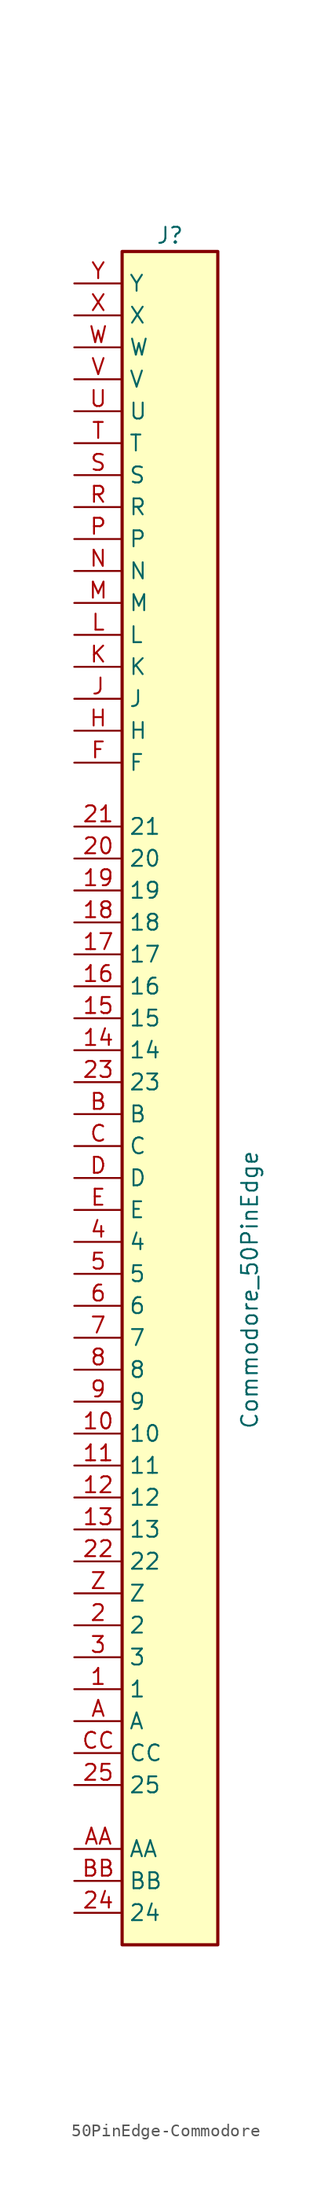
<source format=kicad_sym>
(kicad_symbol_lib
  (version 20220914)
  (generator kicad_symbol_editor)
  (symbol "50PinEdge-Commodore"
    (property "Reference" "J"
      (at 0 85.09 0)
      (effects (font (size 1.27 1.27))))
    (property "Value" "Commodore_50PinEdge"
      (at 6.35 1.27 90)
      (effects (font (size 1.27 1.27))))
    (symbol "50PinEdge-Commodore_0_1"
      (rectangle (start -3.81 -50.8) (end 3.81 83.82) (stroke (width 0.254) (type solid)) (fill (type background))))
    (symbol "50PinEdge-Commodore_1_1"
      (pin passive line (at -7.62 -30.48 0) (length 3.81) (name "1" (effects (font (size 1.27 1.27)))) (number "1" (effects (font (size 1.27 1.27)))))
      (pin passive line (at -7.62 -10.16 0) (length 3.81) (name "10" (effects (font (size 1.27 1.27)))) (number "10" (effects (font (size 1.27 1.27)))))
      (pin passive line (at -7.62 -12.7 0) (length 3.81) (name "11" (effects (font (size 1.27 1.27)))) (number "11" (effects (font (size 1.27 1.27)))))
      (pin passive line (at -7.62 -15.24 0) (length 3.81) (name "12" (effects (font (size 1.27 1.27)))) (number "12" (effects (font (size 1.27 1.27)))))
      (pin passive line (at -7.62 -17.78 0) (length 3.81) (name "13" (effects (font (size 1.27 1.27)))) (number "13" (effects (font (size 1.27 1.27)))))
      (pin passive line (at -7.62 20.32 0) (length 3.81) (name "14" (effects (font (size 1.27 1.27)))) (number "14" (effects (font (size 1.27 1.27)))))
      (pin passive line (at -7.62 22.86 0) (length 3.81) (name "15" (effects (font (size 1.27 1.27)))) (number "15" (effects (font (size 1.27 1.27)))))
      (pin passive line (at -7.62 25.4 0) (length 3.81) (name "16" (effects (font (size 1.27 1.27)))) (number "16" (effects (font (size 1.27 1.27)))))
      (pin passive line (at -7.62 27.94 0) (length 3.81) (name "17" (effects (font (size 1.27 1.27)))) (number "17" (effects (font (size 1.27 1.27)))))
      (pin passive line (at -7.62 30.48 0) (length 3.81) (name "18" (effects (font (size 1.27 1.27)))) (number "18" (effects (font (size 1.27 1.27)))))
      (pin passive line (at -7.62 33.02 0) (length 3.81) (name "19" (effects (font (size 1.27 1.27)))) (number "19" (effects (font (size 1.27 1.27)))))
      (pin passive line (at -7.62 -25.4 0) (length 3.81) (name "2" (effects (font (size 1.27 1.27)))) (number "2" (effects (font (size 1.27 1.27)))))
      (pin passive line (at -7.62 35.56 0) (length 3.81) (name "20" (effects (font (size 1.27 1.27)))) (number "20" (effects (font (size 1.27 1.27)))))
      (pin passive line (at -7.62 38.1 0) (length 3.81) (name "21" (effects (font (size 1.27 1.27)))) (number "21" (effects (font (size 1.27 1.27)))))
      (pin passive line (at -7.62 -20.32 0) (length 3.81) (name "22" (effects (font (size 1.27 1.27)))) (number "22" (effects (font (size 1.27 1.27)))))
      (pin passive line (at -7.62 17.78 0) (length 3.81) (name "23" (effects (font (size 1.27 1.27)))) (number "23" (effects (font (size 1.27 1.27)))))
      (pin passive line (at -7.62 -48.26 0) (length 3.81) (name "24" (effects (font (size 1.27 1.27)))) (number "24" (effects (font (size 1.27 1.27)))))
      (pin passive line (at -7.62 -38.1 0) (length 3.81) (name "25" (effects (font (size 1.27 1.27)))) (number "25" (effects (font (size 1.27 1.27)))))
      (pin passive line (at -7.62 -27.94 0) (length 3.81) (name "3" (effects (font (size 1.27 1.27)))) (number "3" (effects (font (size 1.27 1.27)))))
      (pin passive line (at -7.62 5.08 0) (length 3.81) (name "4" (effects (font (size 1.27 1.27)))) (number "4" (effects (font (size 1.27 1.27)))))
      (pin passive line (at -7.62 2.54 0) (length 3.81) (name "5" (effects (font (size 1.27 1.27)))) (number "5" (effects (font (size 1.27 1.27)))))
      (pin passive line (at -7.62 0 0) (length 3.81) (name "6" (effects (font (size 1.27 1.27)))) (number "6" (effects (font (size 1.27 1.27)))))
      (pin passive line (at -7.62 -2.54 0) (length 3.81) (name "7" (effects (font (size 1.27 1.27)))) (number "7" (effects (font (size 1.27 1.27)))))
      (pin passive line (at -7.62 -5.08 0) (length 3.81) (name "8" (effects (font (size 1.27 1.27)))) (number "8" (effects (font (size 1.27 1.27)))))
      (pin passive line (at -7.62 -7.62 0) (length 3.81) (name "9" (effects (font (size 1.27 1.27)))) (number "9" (effects (font (size 1.27 1.27)))))
      (pin passive line (at -7.62 -33.02 0) (length 3.81) (name "A" (effects (font (size 1.27 1.27)))) (number "A" (effects (font (size 1.27 1.27)))))
      (pin passive line (at -7.62 -43.18 0) (length 3.81) (name "AA" (effects (font (size 1.27 1.27)))) (number "AA" (effects (font (size 1.27 1.27)))))
      (pin passive line (at -7.62 15.24 0) (length 3.81) (name "B" (effects (font (size 1.27 1.27)))) (number "B" (effects (font (size 1.27 1.27)))))
      (pin passive line (at -7.62 -45.72 0) (length 3.81) (name "BB" (effects (font (size 1.27 1.27)))) (number "BB" (effects (font (size 1.27 1.27)))))
      (pin passive line (at -7.62 12.7 0) (length 3.81) (name "C" (effects (font (size 1.27 1.27)))) (number "C" (effects (font (size 1.27 1.27)))))
      (pin passive line (at -7.62 -35.56 0) (length 3.81) (name "CC" (effects (font (size 1.27 1.27)))) (number "CC" (effects (font (size 1.27 1.27)))))
      (pin passive line (at -7.62 10.16 0) (length 3.81) (name "D" (effects (font (size 1.27 1.27)))) (number "D" (effects (font (size 1.27 1.27)))))
      (pin passive line (at -7.62 7.62 0) (length 3.81) (name "E" (effects (font (size 1.27 1.27)))) (number "E" (effects (font (size 1.27 1.27)))))
      (pin passive line (at -7.62 43.18 0) (length 3.81) (name "F" (effects (font (size 1.27 1.27)))) (number "F" (effects (font (size 1.27 1.27)))))
      (pin passive line (at -7.62 45.72 0) (length 3.81) (name "H" (effects (font (size 1.27 1.27)))) (number "H" (effects (font (size 1.27 1.27)))))
      (pin passive line (at -7.62 48.26 0) (length 3.81) (name "J" (effects (font (size 1.27 1.27)))) (number "J" (effects (font (size 1.27 1.27)))))
      (pin passive line (at -7.62 50.8 0) (length 3.81) (name "K" (effects (font (size 1.27 1.27)))) (number "K" (effects (font (size 1.27 1.27)))))
      (pin passive line (at -7.62 53.34 0) (length 3.81) (name "L" (effects (font (size 1.27 1.27)))) (number "L" (effects (font (size 1.27 1.27)))))
      (pin passive line (at -7.62 55.88 0) (length 3.81) (name "M" (effects (font (size 1.27 1.27)))) (number "M" (effects (font (size 1.27 1.27)))))
      (pin passive line (at -7.62 58.42 0) (length 3.81) (name "N" (effects (font (size 1.27 1.27)))) (number "N" (effects (font (size 1.27 1.27)))))
      (pin passive line (at -7.62 60.96 0) (length 3.81) (name "P" (effects (font (size 1.27 1.27)))) (number "P" (effects (font (size 1.27 1.27)))))
      (pin passive line (at -7.62 63.5 0) (length 3.81) (name "R" (effects (font (size 1.27 1.27)))) (number "R" (effects (font (size 1.27 1.27)))))
      (pin passive line (at -7.62 66.04 0) (length 3.81) (name "S" (effects (font (size 1.27 1.27)))) (number "S" (effects (font (size 1.27 1.27)))))
      (pin passive line (at -7.62 68.58 0) (length 3.81) (name "T" (effects (font (size 1.27 1.27)))) (number "T" (effects (font (size 1.27 1.27)))))
      (pin passive line (at -7.62 71.12 0) (length 3.81) (name "U" (effects (font (size 1.27 1.27)))) (number "U" (effects (font (size 1.27 1.27)))))
      (pin passive line (at -7.62 73.66 0) (length 3.81) (name "V" (effects (font (size 1.27 1.27)))) (number "V" (effects (font (size 1.27 1.27)))))
      (pin passive line (at -7.62 76.2 0) (length 3.81) (name "W" (effects (font (size 1.27 1.27)))) (number "W" (effects (font (size 1.27 1.27)))))
      (pin passive line (at -7.62 78.74 0) (length 3.81) (name "X" (effects (font (size 1.27 1.27)))) (number "X" (effects (font (size 1.27 1.27)))))
      (pin passive line (at -7.62 81.28 0) (length 3.81) (name "Y" (effects (font (size 1.27 1.27)))) (number "Y" (effects (font (size 1.27 1.27)))))
      (pin passive line (at -7.62 -22.86 0) (length 3.81) (name "Z" (effects (font (size 1.27 1.27)))) (number "Z" (effects (font (size 1.27 1.27))))))))
</source>
